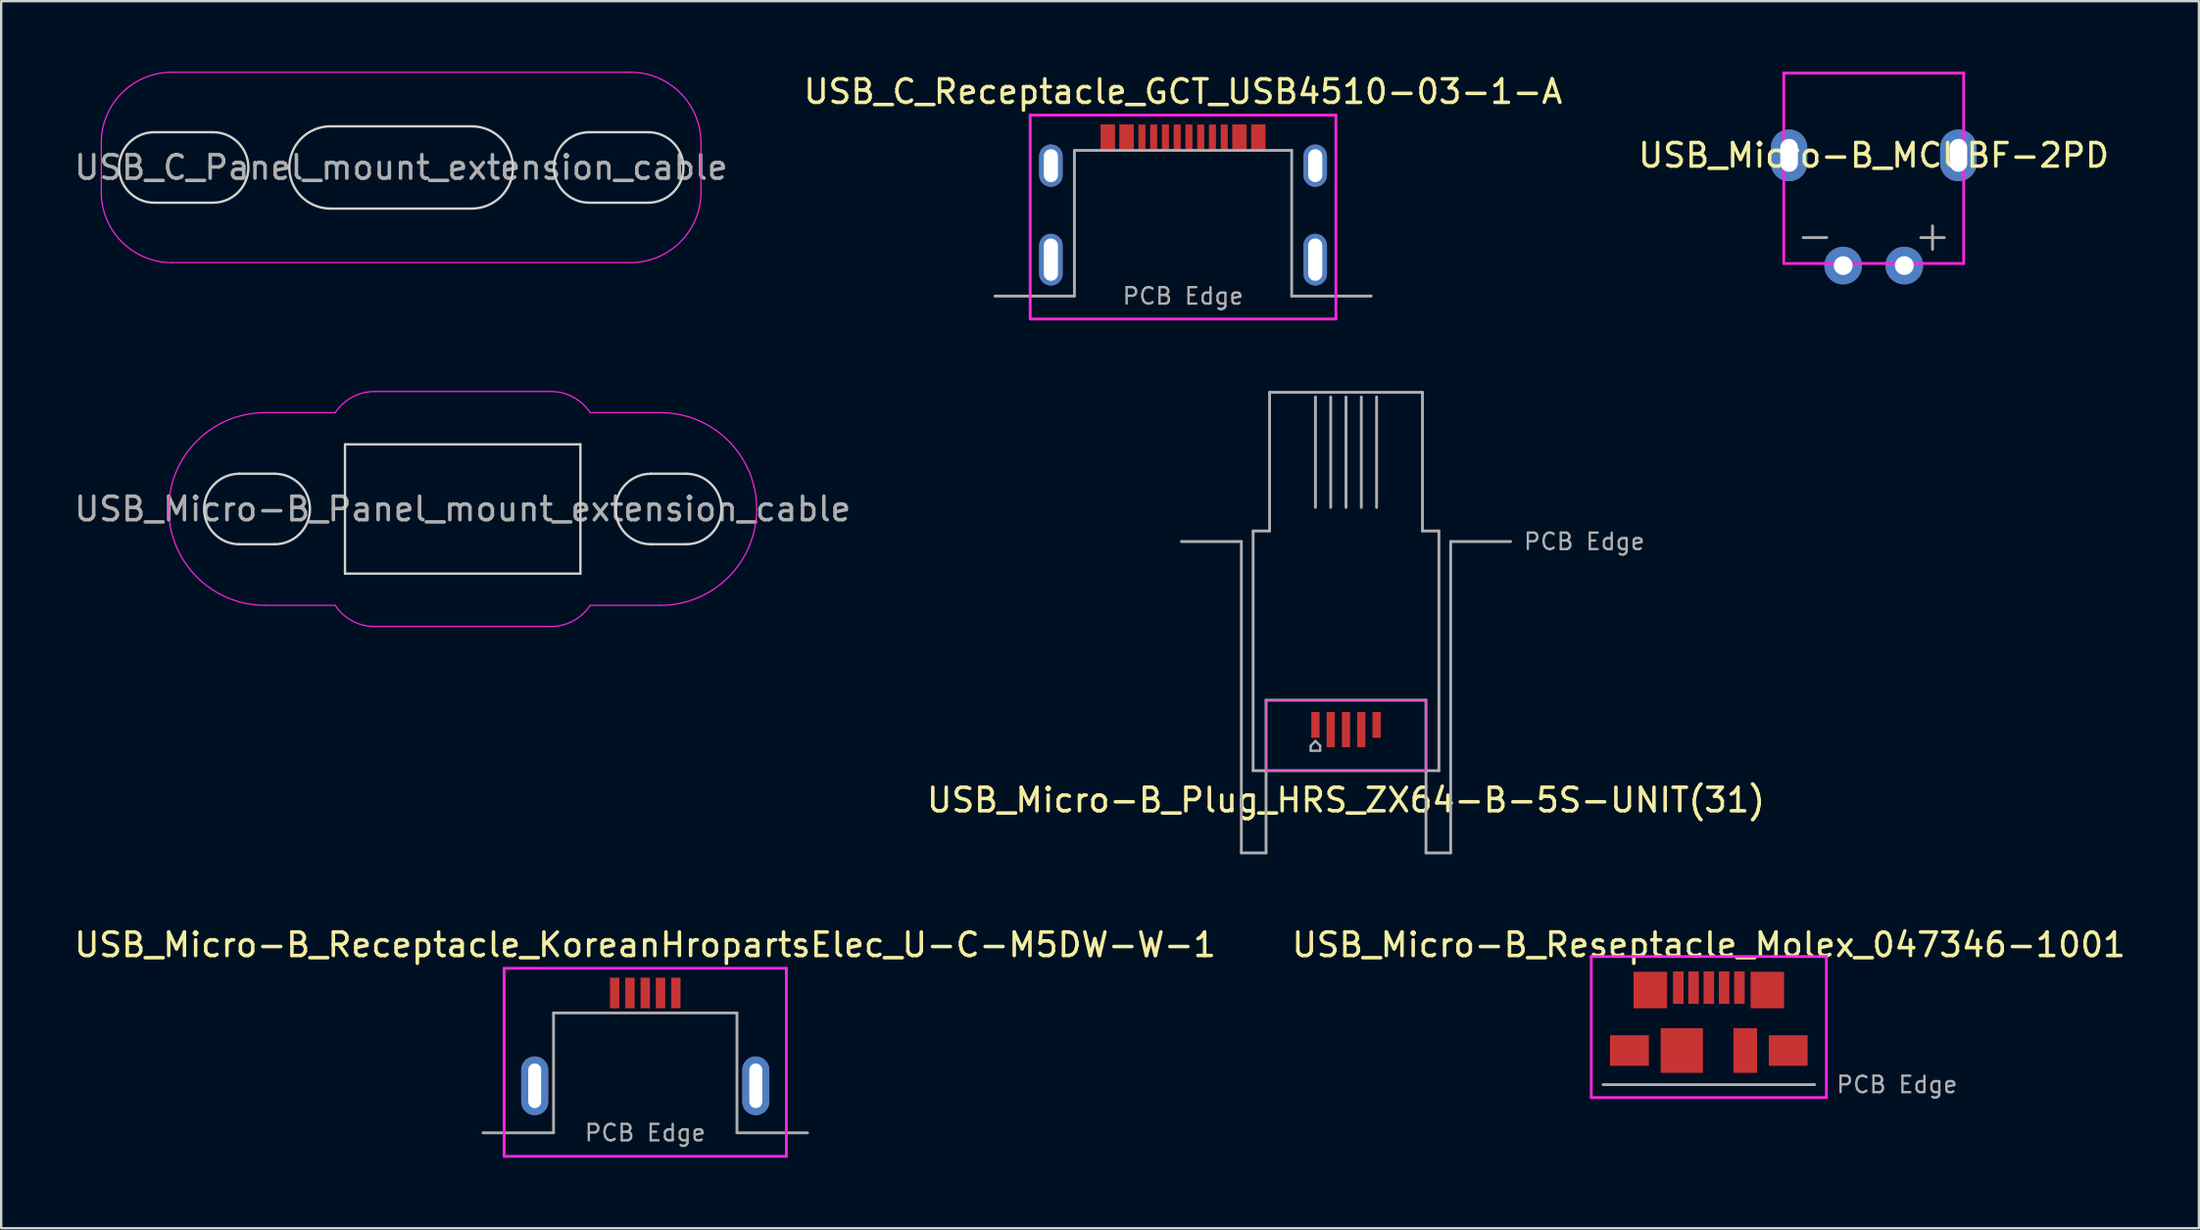
<source format=kicad_pcb>
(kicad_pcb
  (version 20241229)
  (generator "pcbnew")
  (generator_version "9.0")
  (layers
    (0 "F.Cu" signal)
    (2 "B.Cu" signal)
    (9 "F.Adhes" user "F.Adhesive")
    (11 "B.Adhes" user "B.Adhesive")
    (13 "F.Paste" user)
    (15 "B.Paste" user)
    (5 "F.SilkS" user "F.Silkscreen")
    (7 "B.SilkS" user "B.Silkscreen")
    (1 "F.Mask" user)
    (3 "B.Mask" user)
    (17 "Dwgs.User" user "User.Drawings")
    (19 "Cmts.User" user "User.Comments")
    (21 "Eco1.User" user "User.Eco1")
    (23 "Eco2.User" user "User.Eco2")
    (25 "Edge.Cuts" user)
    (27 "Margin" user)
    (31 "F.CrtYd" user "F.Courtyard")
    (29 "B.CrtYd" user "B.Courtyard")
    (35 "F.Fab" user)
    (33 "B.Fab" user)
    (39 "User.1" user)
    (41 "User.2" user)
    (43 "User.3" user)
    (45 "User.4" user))
  (footprint "USB_Micro-B_Receptacle_KoreanHropartsElec_U-C-M5DW-W-1"
    (layer "F.Cu")
    (at 24.387 43.151)
    (property "Reference" "USB_Micro-B_Receptacle_KoreanHropartsElec_U-C-M5DW-W-1" (at 0 -6 0) (layer "F.SilkS") (effects (font (size 1 1) (thickness 0.15))))
    (attr smd)
    (fp_line (start -6 -5) (end 6 -5) (stroke (width 0.12) (type solid)) (layer "F.CrtYd"))
    (fp_line (start -6 3) (end -6 -5) (stroke (width 0.12) (type solid)) (layer "F.CrtYd"))
    (fp_line (start 6 -5) (end 6 3) (stroke (width 0.12) (type solid)) (layer "F.CrtYd"))
    (fp_line (start 6 3) (end -6 3) (stroke (width 0.12) (type solid)) (layer "F.CrtYd"))
    (fp_line (start -6.9 2) (end -3.9 2) (stroke (width 0.12) (type solid)) (layer "F.Fab"))
    (fp_line (start -3.9 -3.1) (end 3.9 -3.1) (stroke (width 0.12) (type solid)) (layer "F.Fab"))
    (fp_line (start -3.9 2) (end -3.9 -3.1) (stroke (width 0.12) (type solid)) (layer "F.Fab"))
    (fp_line (start 3.9 2) (end 3.9 -3.1) (stroke (width 0.12) (type solid)) (layer "F.Fab"))
    (fp_line (start 6.9 2) (end 3.9 2) (stroke (width 0.12) (type solid)) (layer "F.Fab"))
    (fp_text user "PCB Edge" (at 0 2 0) (layer "F.Fab") (effects (font (size 0.7 0.7) (thickness 0.1))))
    (pad "1" smd rect (at -1.3 -3.95) (size 0.4 1.3) (layers "F.Cu" "F.Mask" "F.Paste"))
    (pad "2" smd rect (at -0.65 -3.95) (size 0.4 1.3) (layers "F.Cu" "F.Mask" "F.Paste"))
    (pad "3" smd rect (at 0 -3.95) (size 0.4 1.3) (layers "F.Cu" "F.Mask" "F.Paste"))
    (pad "4" smd rect (at 0.65 -3.95) (size 0.4 1.3) (layers "F.Cu" "F.Mask" "F.Paste"))
    (pad "5" smd rect (at 1.3 -3.95) (size 0.4 1.3) (layers "F.Cu" "F.Mask" "F.Paste"))
    (pad "6" thru_hole oval (at -4.7 0) (size 1.15 2.5) (drill oval 0.55 1.9) (layers "*.Cu" "*.Mask"))
    (pad "6" thru_hole oval (at 4.7 0) (size 1.15 2.5) (drill oval 0.55 1.9) (layers "*.Cu" "*.Mask")))
  (footprint "USB_Micro-B_Reseptacle_Molex_047346-1001"
    (layer "F.Cu")
    (at 69.613 41.651)
    (property "Reference" "USB_Micro-B_Reseptacle_Molex_047346-1001" (at 0 -4.5 0) (layer "F.SilkS") (effects (font (size 1 1) (thickness 0.15))))
    (attr through_hole)
    (fp_line (start -5 -4) (end 5 -4) (stroke (width 0.12) (type solid)) (layer "F.CrtYd"))
    (fp_line (start -5 2) (end -5 -4) (stroke (width 0.12) (type solid)) (layer "F.CrtYd"))
    (fp_line (start 5 -4) (end 5 2) (stroke (width 0.12) (type solid)) (layer "F.CrtYd"))
    (fp_line (start 5 2) (end -5 2) (stroke (width 0.12) (type solid)) (layer "F.CrtYd"))
    (fp_line (start -4.5 1.45) (end 4.5 1.45) (stroke (width 0.12) (type solid)) (layer "F.Fab"))
    (fp_text user "PCB Edge" (at 8 1.45 0) (layer "F.Fab") (effects (font (size 0.7 0.7) (thickness 0.1))))
    (pad "1" smd rect (at -1.3 -2.675) (size 0.45 1.38) (layers "F.Cu" "F.Mask" "F.Paste"))
    (pad "2" smd rect (at -0.65 -2.675) (size 0.45 1.38) (layers "F.Cu" "F.Mask" "F.Paste"))
    (pad "3" smd rect (at 0 -2.675) (size 0.45 1.38) (layers "F.Cu" "F.Mask" "F.Paste"))
    (pad "4" smd rect (at 0.65 -2.675) (size 0.45 1.38) (layers "F.Cu" "F.Mask" "F.Paste"))
    (pad "5" smd rect (at 1.3 -2.675) (size 0.45 1.38) (layers "F.Cu" "F.Mask" "F.Paste"))
    (pad "6" smd rect (at -3.375 0) (size 1.65 1.3) (layers "F.Cu" "F.Mask" "F.Paste"))
    (pad "6" smd rect (at -2.487 -2.575) (size 1.425 1.55) (layers "F.Cu" "F.Mask" "F.Paste"))
    (pad "6" smd rect (at -1.15 0) (size 1.8 1.9) (layers "F.Cu" "F.Mask" "F.Paste"))
    (pad "6" smd rect (at 1.55 0) (size 1 1.9) (layers "F.Cu" "F.Mask" "F.Paste"))
    (pad "6" smd rect (at 2.487 -2.575) (size 1.425 1.55) (layers "F.Cu" "F.Mask" "F.Paste"))
    (pad "6" smd rect (at 3.375 0) (size 1.65 1.3) (layers "F.Cu" "F.Mask" "F.Paste")))
  (footprint "USB_C_Receptacle_GCT_USB4510-03-1-A"
    (layer "F.Cu")
    (at 47.256 6.848)
    (property "Reference" "USB_C_Receptacle_GCT_USB4510-03-1-A" (at 0 -6 0) (layer "F.SilkS") (effects (font (size 1 1) (thickness 0.15))))
    (attr smd)
    (fp_line (start -6.5 -5) (end -6.5 3.675) (stroke (width 0.12) (type solid)) (layer "F.CrtYd"))
    (fp_line (start -6.5 -5) (end 6.5 -5) (stroke (width 0.12) (type solid)) (layer "F.CrtYd"))
    (fp_line (start -6.5 3.675) (end 6.5 3.675) (stroke (width 0.12) (type solid)) (layer "F.CrtYd"))
    (fp_line (start 6.5 3.675) (end 6.5 -5) (stroke (width 0.12) (type solid)) (layer "F.CrtYd"))
    (fp_line (start -8 2.7) (end -4.62 2.7) (stroke (width 0.12) (type solid)) (layer "F.Fab"))
    (fp_line (start -4.62 -3.5) (end 4.62 -3.5) (stroke (width 0.12) (type solid)) (layer "F.Fab"))
    (fp_line (start -4.62 2.7) (end -4.62 -3.5) (stroke (width 0.12) (type solid)) (layer "F.Fab"))
    (fp_line (start 4.62 -3.5) (end 4.62 2.7) (stroke (width 0.12) (type solid)) (layer "F.Fab"))
    (fp_line (start 4.62 2.7) (end 8 2.7) (stroke (width 0.12) (type solid)) (layer "F.Fab"))
    (fp_text user "PCB Edge" (at 0 2.7 0) (layer "F.Fab") (effects (font (size 0.7 0.7) (thickness 0.1))))
    (pad "A1" smd rect (at -3.2 -4.05) (size 0.6 1.1) (layers "F.Cu" "F.Mask" "F.Paste"))
    (pad "A4" smd rect (at -2.4 -4.05) (size 0.6 1.1) (layers "F.Cu" "F.Mask" "F.Paste"))
    (pad "A5" smd rect (at -1.25 -4.05) (size 0.3 1.1) (layers "F.Cu" "F.Mask" "F.Paste"))
    (pad "A6" smd rect (at -0.25 -4.05) (size 0.3 1.1) (layers "F.Cu" "F.Mask" "F.Paste"))
    (pad "A7" smd rect (at 0.25 -4.05) (size 0.3 1.1) (layers "F.Cu" "F.Mask" "F.Paste"))
    (pad "A8" smd rect (at 1.25 -4.05) (size 0.3 1.1) (layers "F.Cu" "F.Mask" "F.Paste"))
    (pad "A9" smd rect (at 2.4 -4.05) (size 0.6 1.1) (layers "F.Cu" "F.Mask" "F.Paste"))
    (pad "A12" smd rect (at 3.2 -4.05) (size 0.6 1.1) (layers "F.Cu" "F.Mask" "F.Paste"))
    (pad "B1" smd rect (at 3.2 -4.05) (size 0.6 1.1) (layers "F.Cu" "F.Mask" "F.Paste"))
    (pad "B4" smd rect (at 2.4 -4.05) (size 0.6 1.1) (layers "F.Cu" "F.Mask" "F.Paste"))
    (pad "B5" smd rect (at 1.75 -4.05) (size 0.3 1.1) (layers "F.Cu" "F.Mask" "F.Paste"))
    (pad "B6" smd rect (at 0.75 -4.05) (size 0.3 1.1) (layers "F.Cu" "F.Mask" "F.Paste"))
    (pad "B7" smd rect (at -0.75 -4.05) (size 0.3 1.1) (layers "F.Cu" "F.Mask" "F.Paste"))
    (pad "B8" smd rect (at -1.75 -4.05) (size 0.3 1.1) (layers "F.Cu" "F.Mask" "F.Paste"))
    (pad "B9" smd rect (at -2.4 -4.05) (size 0.6 1.1) (layers "F.Cu" "F.Mask" "F.Paste"))
    (pad "B12" smd rect (at -3.2 -4.05) (size 0.6 1.1) (layers "F.Cu" "F.Mask" "F.Paste"))
    (pad "S1" thru_hole oval (at -5.62 -2.85) (size 1 1.8) (drill oval 0.6 1.4) (layers "*.Cu" "*.Mask"))
    (pad "S1" thru_hole oval (at -5.62 1.15) (size 1 2.2) (drill oval 0.6 1.8) (layers "*.Cu" "*.Mask"))
    (pad "S1" thru_hole oval (at 5.62 -2.85) (size 1 1.8) (drill oval 0.6 1.4) (layers "*.Cu" "*.Mask"))
    (pad "S1" thru_hole oval (at 5.62 1.15) (size 1 2.2) (drill oval 0.6 1.8) (layers "*.Cu" "*.Mask")))
  (footprint "USB_Micro-B_Panel_mount_extension_cable"
    (layer "F.Cu")
    (at 16.625 18.608)
    (property "Reference" "USB_Micro-B_Panel_mount_extension_cable" (at 0 0 0) (layer "F.Fab") (effects (font (size 1 1) (thickness 0.15))))
    (attr through_hole)
    (fp_line (start -7.995 -1.5) (end -9.495 -1.5) (stroke (width 0.1) (type solid)) (layer "Edge.Cuts"))
    (fp_line (start -7.995 1.5) (end -9.495 1.5) (stroke (width 0.1) (type solid)) (layer "Edge.Cuts"))
    (fp_line (start -5.005 -2.75) (end -5.005 2.75) (stroke (width 0.1) (type solid)) (layer "Edge.Cuts"))
    (fp_line (start -5.005 2.75) (end 5.005 2.75) (stroke (width 0.1) (type solid)) (layer "Edge.Cuts"))
    (fp_line (start 5.005 -2.75) (end -5.005 -2.75) (stroke (width 0.1) (type solid)) (layer "Edge.Cuts"))
    (fp_line (start 5.005 -2.75) (end 5.005 2.75) (stroke (width 0.1) (type solid)) (layer "Edge.Cuts"))
    (fp_line (start 7.995 -1.5) (end 9.505 -1.5) (stroke (width 0.1) (type solid)) (layer "Edge.Cuts"))
    (fp_line (start 9.505 1.5) (end 8.005 1.5) (stroke (width 0.1) (type solid)) (layer "Edge.Cuts"))
    (fp_arc (start -9.495 1.5) (mid -10.995 0) (end -9.495 -1.5) (stroke (width 0.1) (type solid)) (layer "Edge.Cuts"))
    (fp_arc (start -7.995 -1.5) (mid -6.495 0) (end -7.995 1.5) (stroke (width 0.1) (type solid)) (layer "Edge.Cuts"))
    (fp_arc (start 8.004999 1.500032) (mid 6.504976 0.004999) (end 7.995001 -1.499999) (stroke (width 0.1) (type solid)) (layer "Edge.Cuts"))
    (fp_arc (start 9.505 -1.5) (mid 11.005 0) (end 9.505 1.5) (stroke (width 0.1) (type solid)) (layer "Edge.Cuts"))
    (fp_line (start -8.4 -4.1) (end -5.42 -4.1) (stroke (width 0.05) (type solid)) (layer "F.CrtYd"))
    (fp_line (start -8.4 4.1) (end -5.42 4.1) (stroke (width 0.05) (type solid)) (layer "F.CrtYd"))
    (fp_line (start -3.75 -5) (end 3.75 -5) (stroke (width 0.05) (type solid)) (layer "F.CrtYd"))
    (fp_line (start -3.75 5) (end 3.75 5) (stroke (width 0.05) (type solid)) (layer "F.CrtYd"))
    (fp_line (start 8.4 -4.1) (end 5.42 -4.1) (stroke (width 0.05) (type solid)) (layer "F.CrtYd"))
    (fp_line (start 8.4 4.1) (end 5.42 4.1) (stroke (width 0.05) (type solid)) (layer "F.CrtYd"))
    (fp_arc (start -8.4 4.1) (mid -12.5 0) (end -8.4 -4.1) (stroke (width 0.05) (type solid)) (layer "F.CrtYd"))
    (fp_arc (start -5.419696 -4.100961) (mid -4.698177 -4.760955) (end -3.75 -5) (stroke (width 0.05) (type solid)) (layer "F.CrtYd"))
    (fp_arc (start -3.751151 4.999999) (mid -4.69919 4.760408) (end -5.420329 4.1) (stroke (width 0.05) (type solid)) (layer "F.CrtYd"))
    (fp_arc (start 3.751151 -4.999999) (mid 4.69919 -4.760408) (end 5.420329 -4.1) (stroke (width 0.05) (type solid)) (layer "F.CrtYd"))
    (fp_arc (start 5.419696 4.100961) (mid 4.698177 4.760955) (end 3.75 5) (stroke (width 0.05) (type solid)) (layer "F.CrtYd"))
    (fp_arc (start 8.4 -4.1) (mid 12.5 0) (end 8.4 4.1) (stroke (width 0.05) (type solid)) (layer "F.CrtYd")))
  (footprint "USB_Micro-B_MCUBF-2PD"
    (layer "F.Cu")
    (at 76.625 3.56)
    (property "Reference" "USB_Micro-B_MCUBF-2PD" (at 0 0 0) (layer "F.SilkS") (effects (font (size 1 1) (thickness 0.15))))
    (attr through_hole)
    (fp_line (start -3.825 -3.5) (end -3.825 4.6) (stroke (width 0.12) (type solid)) (layer "F.CrtYd"))
    (fp_line (start -3.825 -3.5) (end 3.825 -3.5) (stroke (width 0.12) (type solid)) (layer "F.CrtYd"))
    (fp_line (start -3.825 4.6) (end 3.825 4.6) (stroke (width 0.12) (type solid)) (layer "F.CrtYd"))
    (fp_line (start 3.825 4.6) (end 3.825 -3.5) (stroke (width 0.12) (type solid)) (layer "F.CrtYd"))
    (fp_line (start -3 3.5) (end -2 3.5) (stroke (width 0.12) (type solid)) (layer "F.Fab"))
    (fp_line (start 2 3.5) (end 3 3.5) (stroke (width 0.12) (type solid)) (layer "F.Fab"))
    (fp_line (start 2.5 3) (end 2.5 4) (stroke (width 0.12) (type solid)) (layer "F.Fab"))
    (pad "" thru_hole oval (at -3.6 0) (size 1.55 2.2) (drill oval 0.75 1.4) (layers "*.Cu" "*.Mask"))
    (pad "" thru_hole oval (at 3.6 0 180) (size 1.55 2.2) (drill oval 0.75 1.4) (layers "*.Cu" "*.Mask"))
    (pad "1" thru_hole circle (at 1.3 4.69) (size 1.6 1.6) (drill 0.8) (layers "*.Cu" "*.Mask"))
    (pad "2" thru_hole circle (at -1.3 4.69) (size 1.6 1.6) (drill 0.8) (layers "*.Cu" "*.Mask")))
  (footprint "USB_C_Panel_mount_extension_cable"
    (layer "F.Cu")
    (at 14.006 4.075)
    (property "Reference" "USB_C_Panel_mount_extension_cable" (at 0 0 0) (layer "F.Fab") (effects (font (size 1 1) (thickness 0.15))))
    (attr through_hole)
    (fp_line (start -7.995 -1.5) (end -10.495 -1.5) (stroke (width 0.1) (type solid)) (layer "Edge.Cuts"))
    (fp_line (start -7.995 1.5) (end -10.495 1.5) (stroke (width 0.1) (type solid)) (layer "Edge.Cuts"))
    (fp_line (start -3.005 1.75) (end 3.005 1.75) (stroke (width 0.1) (type solid)) (layer "Edge.Cuts"))
    (fp_line (start 3.005 -1.75) (end -3.005 -1.75) (stroke (width 0.1) (type solid)) (layer "Edge.Cuts"))
    (fp_line (start 7.995 -1.5) (end 10.505 -1.5) (stroke (width 0.1) (type solid)) (layer "Edge.Cuts"))
    (fp_line (start 10.505 1.5) (end 8.005 1.5) (stroke (width 0.1) (type solid)) (layer "Edge.Cuts"))
    (fp_arc (start -10.495 1.5) (mid -11.995 0) (end -10.495 -1.5) (stroke (width 0.1) (type solid)) (layer "Edge.Cuts"))
    (fp_arc (start -7.995 -1.5) (mid -6.495 0) (end -7.995 1.5) (stroke (width 0.1) (type solid)) (layer "Edge.Cuts"))
    (fp_arc (start -3.005 1.75) (mid -4.755 0) (end -3.005 -1.75) (stroke (width 0.1) (type solid)) (layer "Edge.Cuts"))
    (fp_arc (start 3.005 -1.75) (mid 4.755 0) (end 3.005 1.75) (stroke (width 0.1) (type solid)) (layer "Edge.Cuts"))
    (fp_arc (start 8.004999 1.500032) (mid 6.504976 0.004999) (end 7.995001 -1.499999) (stroke (width 0.1) (type solid)) (layer "Edge.Cuts"))
    (fp_arc (start 10.505 -1.5) (mid 12.005 0) (end 10.505 1.5) (stroke (width 0.1) (type solid)) (layer "Edge.Cuts"))
    (fp_line (start -12.75 -1.05) (end -12.75 1.05) (stroke (width 0.05) (type solid)) (layer "F.CrtYd"))
    (fp_line (start -9.75 -4.05) (end 9.75 -4.05) (stroke (width 0.05) (type solid)) (layer "F.CrtYd"))
    (fp_line (start -9.75 4.05) (end 9.75 4.05) (stroke (width 0.05) (type solid)) (layer "F.CrtYd"))
    (fp_line (start 12.75 -1.05) (end 12.75 1.05) (stroke (width 0.05) (type solid)) (layer "F.CrtYd"))
    (fp_arc (start -12.75 -1.05) (mid -11.87132 -3.17132) (end -9.75 -4.05) (stroke (width 0.05) (type solid)) (layer "F.CrtYd"))
    (fp_arc (start -9.75 4.05) (mid -11.87132 3.17132) (end -12.75 1.05) (stroke (width 0.05) (type solid)) (layer "F.CrtYd"))
    (fp_arc (start 9.75 -4.05) (mid 11.87132 -3.17132) (end 12.75 -1.05) (stroke (width 0.05) (type solid)) (layer "F.CrtYd"))
    (fp_arc (start 12.75 1.05) (mid 11.87132 3.17132) (end 9.75 4.05) (stroke (width 0.05) (type solid)) (layer "F.CrtYd")))
  (footprint "USB_Micro-B_Plug_HRS_ZX64-B-5S-UNIT(31)"
    (layer "F.Cu")
    (at 54.185 27.993)
    (property "Reference" "USB_Micro-B_Plug_HRS_ZX64-B-5S-UNIT(31)" (at 0 3 0) (layer "F.SilkS") (effects (font (size 1 1) (thickness 0.15))))
    (attr smd)
    (fp_line (start -3.4 -1.25) (end 3.4 -1.25) (stroke (width 0.05) (type solid)) (layer "F.CrtYd"))
    (fp_line (start -3.4 1.75) (end -3.4 -1.25) (stroke (width 0.05) (type solid)) (layer "F.CrtYd"))
    (fp_line (start -3.4 1.75) (end 3.4 1.75) (stroke (width 0.05) (type solid)) (layer "F.CrtYd"))
    (fp_line (start 3.4 -1.25) (end 3.4 1.75) (stroke (width 0.05) (type solid)) (layer "F.CrtYd"))
    (fp_line (start -7 -8) (end -4.45 -8) (stroke (width 0.12) (type solid)) (layer "F.Fab"))
    (fp_line (start -4.45 -8) (end -4.45 5.25) (stroke (width 0.12) (type solid)) (layer "F.Fab"))
    (fp_line (start -4.45 5.25) (end -3.4 5.25) (stroke (width 0.12) (type solid)) (layer "F.Fab"))
    (fp_line (start -3.95 -8.45) (end -3.25 -8.45) (stroke (width 0.12) (type solid)) (layer "F.Fab"))
    (fp_line (start -3.95 1.75) (end -3.95 -8.45) (stroke (width 0.12) (type solid)) (layer "F.Fab"))
    (fp_line (start -3.95 1.75) (end 3.95 1.75) (stroke (width 0.12) (type solid)) (layer "F.Fab"))
    (fp_line (start -3.4 -1.25) (end 3.4 -1.25) (stroke (width 0.12) (type solid)) (layer "F.Fab"))
    (fp_line (start -3.4 5.25) (end -3.4 -1.25) (stroke (width 0.12) (type solid)) (layer "F.Fab"))
    (fp_line (start -3.25 -14.35) (end 3.25 -14.35) (stroke (width 0.12) (type solid)) (layer "F.Fab"))
    (fp_line (start -3.25 -8.45) (end -3.25 -14.35) (stroke (width 0.12) (type solid)) (layer "F.Fab"))
    (fp_line (start -1.5 0.69) (end -1.3 0.49) (stroke (width 0.1) (type solid)) (layer "F.Fab"))
    (fp_line (start -1.5 0.9) (end -1.5 0.69) (stroke (width 0.1) (type solid)) (layer "F.Fab"))
    (fp_line (start -1.3 -9.45) (end -1.3 -14.15) (stroke (width 0.12) (type solid)) (layer "F.Fab"))
    (fp_line (start -1.3 0.49) (end -1.1 0.69) (stroke (width 0.1) (type solid)) (layer "F.Fab"))
    (fp_line (start -1.1 0.9) (end -1.5 0.9) (stroke (width 0.1) (type solid)) (layer "F.Fab"))
    (fp_line (start -1.1 0.9) (end -1.1 0.69) (stroke (width 0.1) (type solid)) (layer "F.Fab"))
    (fp_line (start -0.65 -9.45) (end -0.65 -14.15) (stroke (width 0.12) (type solid)) (layer "F.Fab"))
    (fp_line (start 0 -9.45) (end 0 -14.15) (stroke (width 0.12) (type solid)) (layer "F.Fab"))
    (fp_line (start 0.65 -9.45) (end 0.65 -14.15) (stroke (width 0.12) (type solid)) (layer "F.Fab"))
    (fp_line (start 1.3 -9.45) (end 1.3 -14.15) (stroke (width 0.12) (type solid)) (layer "F.Fab"))
    (fp_line (start 3.25 -8.45) (end 3.25 -14.35) (stroke (width 0.12) (type solid)) (layer "F.Fab"))
    (fp_line (start 3.25 -8.45) (end 3.95 -8.45) (stroke (width 0.12) (type solid)) (layer "F.Fab"))
    (fp_line (start 3.4 -1.25) (end 3.4 5.25) (stroke (width 0.12) (type solid)) (layer "F.Fab"))
    (fp_line (start 3.4 5.25) (end 4.45 5.25) (stroke (width 0.12) (type solid)) (layer "F.Fab"))
    (fp_line (start 3.95 1.75) (end 3.95 -8.45) (stroke (width 0.12) (type solid)) (layer "F.Fab"))
    (fp_line (start 4.45 -8) (end 7 -8) (stroke (width 0.12) (type solid)) (layer "F.Fab"))
    (fp_line (start 4.45 5.25) (end 4.45 -8) (stroke (width 0.12) (type solid)) (layer "F.Fab"))
    (fp_text user "PCB Edge" (at 7.5 -8 0) (layer "F.Fab") (effects (font (size 0.7 0.7) (thickness 0.1)) (justify left)))
    (pad "1" smd rect (at -1.3 -0.2 180) (size 0.35 1.1) (layers "F.Cu" "F.Mask" "F.Paste"))
    (pad "2" smd rect (at -0.65 0 180) (size 0.35 1.5) (layers "F.Cu" "F.Mask" "F.Paste"))
    (pad "3" smd rect (at 0 0 180) (size 0.35 1.5) (layers "F.Cu" "F.Mask" "F.Paste"))
    (pad "4" smd rect (at 0.65 0 180) (size 0.35 1.5) (layers "F.Cu" "F.Mask" "F.Paste"))
    (pad "5" smd rect (at 1.3 -0.2 180) (size 0.35 1.1) (layers "F.Cu" "F.Mask" "F.Paste")))
  (gr_rect
    (start -3 -3)
    (end 90.452 49.212)
    (stroke (width 0.1) (type default))
    (fill no)
    (layer "Edge.Cuts")))
</source>
